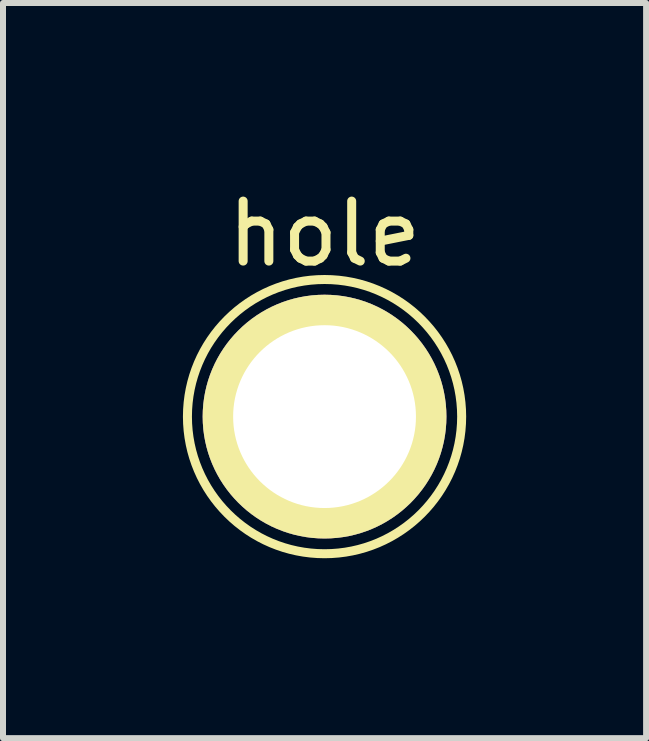
<source format=kicad_pcb>
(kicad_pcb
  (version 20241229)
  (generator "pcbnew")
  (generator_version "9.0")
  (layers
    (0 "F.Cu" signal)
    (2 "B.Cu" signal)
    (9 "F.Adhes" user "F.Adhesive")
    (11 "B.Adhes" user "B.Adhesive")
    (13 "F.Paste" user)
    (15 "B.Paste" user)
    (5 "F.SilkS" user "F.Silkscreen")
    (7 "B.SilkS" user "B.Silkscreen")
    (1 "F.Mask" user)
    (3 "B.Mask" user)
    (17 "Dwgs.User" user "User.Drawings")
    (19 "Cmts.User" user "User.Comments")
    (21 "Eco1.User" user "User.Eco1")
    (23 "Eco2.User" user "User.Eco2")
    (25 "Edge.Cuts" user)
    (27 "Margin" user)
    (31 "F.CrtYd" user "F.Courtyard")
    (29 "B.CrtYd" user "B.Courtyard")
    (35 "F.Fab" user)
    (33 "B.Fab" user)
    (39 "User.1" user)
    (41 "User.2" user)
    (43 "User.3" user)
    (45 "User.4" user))
  (footprint "hole"
    (layer "F.Cu")
    (at 2.361 3.896)
    (property "Reference" "hole" (at 0 -3.048 0) (layer "F.SilkS") (effects (font (size 1 1) (thickness 0.15))))
    (attr through_hole)
    (fp_circle (center 0 0) (end 0 -2.286) (stroke (width 0.15) (type solid)) (fill no) (layer "F.SilkS"))
    (pad "1" thru_hole circle (at 0 0) (size 4.064 4.064) (drill 3.048) (layers "*.Cu" "*.Mask" "F.SilkS")))
  (gr_rect
    (start -3 -3)
    (end 7.722 9.257)
    (stroke (width 0.1) (type default))
    (fill no)
    (layer "Edge.Cuts")))
</source>
